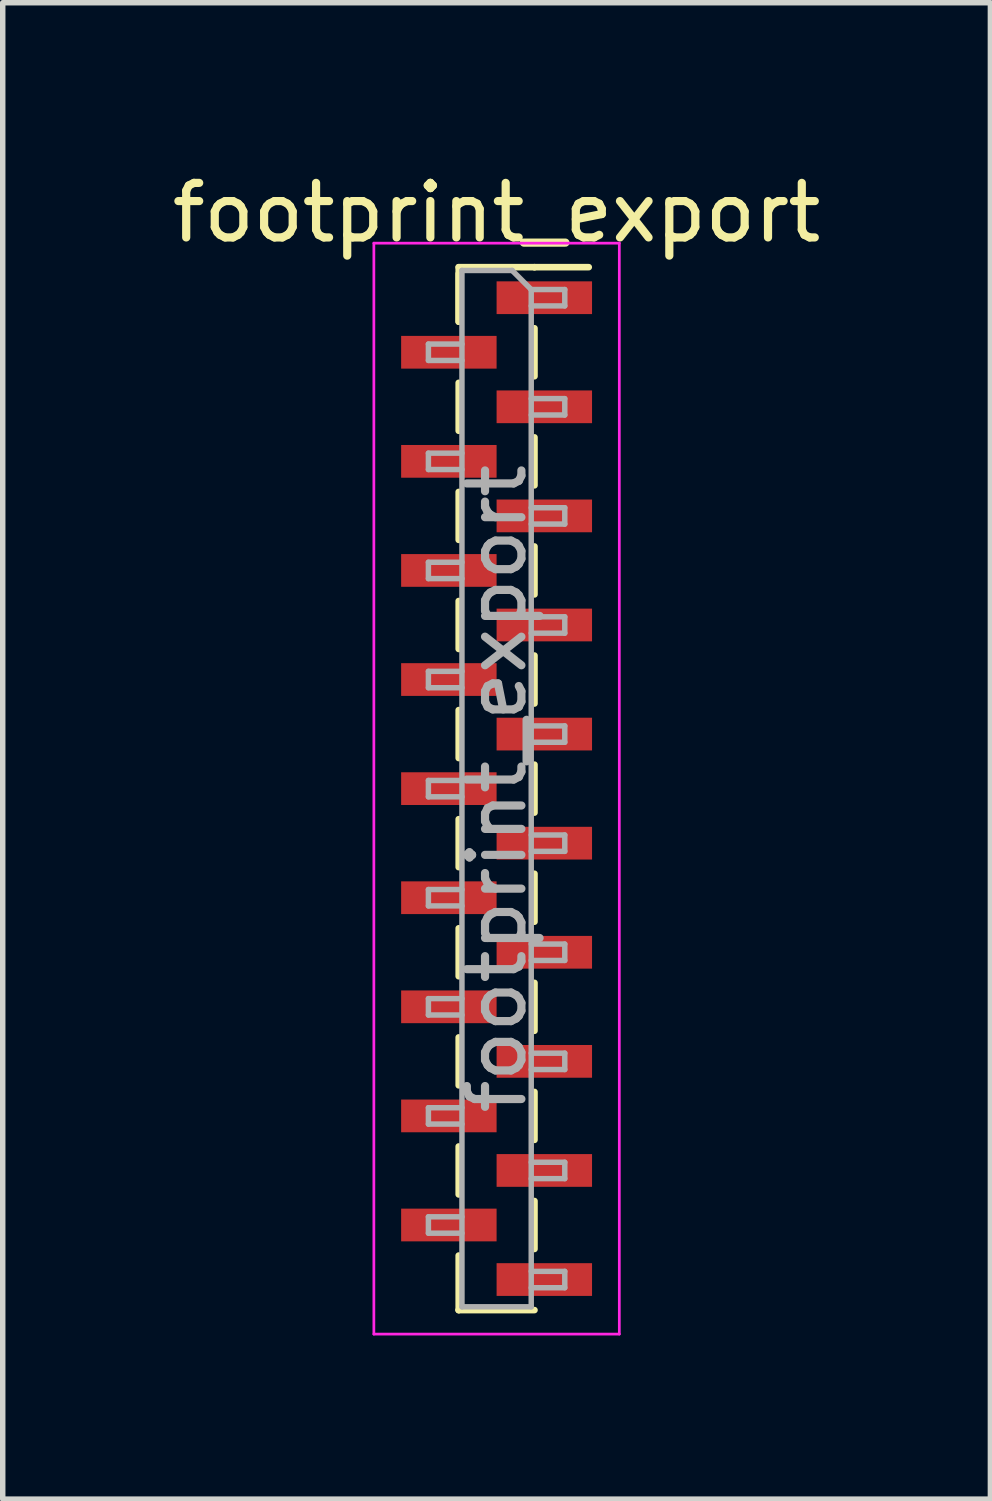
<source format=kicad_pcb>
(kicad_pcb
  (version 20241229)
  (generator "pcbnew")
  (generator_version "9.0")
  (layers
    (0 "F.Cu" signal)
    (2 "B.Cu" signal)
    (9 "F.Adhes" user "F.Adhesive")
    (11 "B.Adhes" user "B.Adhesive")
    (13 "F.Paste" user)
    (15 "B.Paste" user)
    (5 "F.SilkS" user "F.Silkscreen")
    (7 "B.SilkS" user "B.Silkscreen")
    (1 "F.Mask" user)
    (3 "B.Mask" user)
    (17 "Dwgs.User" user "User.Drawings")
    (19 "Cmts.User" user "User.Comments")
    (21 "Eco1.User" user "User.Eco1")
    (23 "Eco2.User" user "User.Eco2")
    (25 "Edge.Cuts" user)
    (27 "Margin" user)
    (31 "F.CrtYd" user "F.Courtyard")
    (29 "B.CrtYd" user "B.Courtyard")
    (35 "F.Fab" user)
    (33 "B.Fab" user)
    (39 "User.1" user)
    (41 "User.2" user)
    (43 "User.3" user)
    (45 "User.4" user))
  (footprint "footprint_export"
    (layer "F.Cu")
    (at 6.054 11.408)
    (property "Reference" "footprint_export" (at 0 -10.56 0) (layer "F.SilkS") (effects (font (size 1 1) (thickness 0.15))))
    (attr smd)
    (fp_line (start -0.695 -9.56) (end -0.695 -8.56) (stroke (width 0.12) (type solid)) (layer "F.SilkS"))
    (fp_line (start -0.695 -9.56) (end 0.695 -9.56) (stroke (width 0.12) (type solid)) (layer "F.SilkS"))
    (fp_line (start -0.695 -9.44) (end -0.695 -8.56) (stroke (width 0.12) (type solid)) (layer "F.SilkS"))
    (fp_line (start -0.695 -7.44) (end -0.695 -6.56) (stroke (width 0.12) (type solid)) (layer "F.SilkS"))
    (fp_line (start -0.695 -5.44) (end -0.695 -4.56) (stroke (width 0.12) (type solid)) (layer "F.SilkS"))
    (fp_line (start -0.695 -3.44) (end -0.695 -2.56) (stroke (width 0.12) (type solid)) (layer "F.SilkS"))
    (fp_line (start -0.695 -1.44) (end -0.695 -0.56) (stroke (width 0.12) (type solid)) (layer "F.SilkS"))
    (fp_line (start -0.695 0.56) (end -0.695 1.44) (stroke (width 0.12) (type solid)) (layer "F.SilkS"))
    (fp_line (start -0.695 2.56) (end -0.695 3.44) (stroke (width 0.12) (type solid)) (layer "F.SilkS"))
    (fp_line (start -0.695 4.56) (end -0.695 5.44) (stroke (width 0.12) (type solid)) (layer "F.SilkS"))
    (fp_line (start -0.695 6.56) (end -0.695 7.44) (stroke (width 0.12) (type solid)) (layer "F.SilkS"))
    (fp_line (start -0.695 8.56) (end -0.695 9.56) (stroke (width 0.12) (type solid)) (layer "F.SilkS"))
    (fp_line (start -0.695 9.56) (end -0.695 9.56) (stroke (width 0.12) (type solid)) (layer "F.SilkS"))
    (fp_line (start -0.695 9.56) (end 0.695 9.56) (stroke (width 0.12) (type solid)) (layer "F.SilkS"))
    (fp_line (start 0.695 -9.56) (end 0.695 -9.56) (stroke (width 0.12) (type solid)) (layer "F.SilkS"))
    (fp_line (start 0.695 -9.56) (end 1.69 -9.56) (stroke (width 0.12) (type solid)) (layer "F.SilkS"))
    (fp_line (start 0.695 -8.44) (end 0.695 -7.56) (stroke (width 0.12) (type solid)) (layer "F.SilkS"))
    (fp_line (start 0.695 -6.44) (end 0.695 -5.56) (stroke (width 0.12) (type solid)) (layer "F.SilkS"))
    (fp_line (start 0.695 -4.44) (end 0.695 -3.56) (stroke (width 0.12) (type solid)) (layer "F.SilkS"))
    (fp_line (start 0.695 -2.44) (end 0.695 -1.56) (stroke (width 0.12) (type solid)) (layer "F.SilkS"))
    (fp_line (start 0.695 -0.44) (end 0.695 0.44) (stroke (width 0.12) (type solid)) (layer "F.SilkS"))
    (fp_line (start 0.695 1.56) (end 0.695 2.44) (stroke (width 0.12) (type solid)) (layer "F.SilkS"))
    (fp_line (start 0.695 3.56) (end 0.695 4.44) (stroke (width 0.12) (type solid)) (layer "F.SilkS"))
    (fp_line (start 0.695 5.56) (end 0.695 6.44) (stroke (width 0.12) (type solid)) (layer "F.SilkS"))
    (fp_line (start 0.695 7.56) (end 0.695 8.44) (stroke (width 0.12) (type solid)) (layer "F.SilkS"))
    (fp_line (start -2.25 -10) (end -2.25 10) (stroke (width 0.05) (type solid)) (layer "F.CrtYd"))
    (fp_line (start -2.25 10) (end 2.25 10) (stroke (width 0.05) (type solid)) (layer "F.CrtYd"))
    (fp_line (start 2.25 -10) (end -2.25 -10) (stroke (width 0.05) (type solid)) (layer "F.CrtYd"))
    (fp_line (start 2.25 10) (end 2.25 -10) (stroke (width 0.05) (type solid)) (layer "F.CrtYd"))
    (fp_line (start -1.25 -8.15) (end -1.25 -7.85) (stroke (width 0.1) (type solid)) (layer "F.Fab"))
    (fp_line (start -1.25 -7.85) (end -0.635 -7.85) (stroke (width 0.1) (type solid)) (layer "F.Fab"))
    (fp_line (start -1.25 -6.15) (end -1.25 -5.85) (stroke (width 0.1) (type solid)) (layer "F.Fab"))
    (fp_line (start -1.25 -5.85) (end -0.635 -5.85) (stroke (width 0.1) (type solid)) (layer "F.Fab"))
    (fp_line (start -1.25 -4.15) (end -1.25 -3.85) (stroke (width 0.1) (type solid)) (layer "F.Fab"))
    (fp_line (start -1.25 -3.85) (end -0.635 -3.85) (stroke (width 0.1) (type solid)) (layer "F.Fab"))
    (fp_line (start -1.25 -2.15) (end -1.25 -1.85) (stroke (width 0.1) (type solid)) (layer "F.Fab"))
    (fp_line (start -1.25 -1.85) (end -0.635 -1.85) (stroke (width 0.1) (type solid)) (layer "F.Fab"))
    (fp_line (start -1.25 -0.15) (end -1.25 0.15) (stroke (width 0.1) (type solid)) (layer "F.Fab"))
    (fp_line (start -1.25 0.15) (end -0.635 0.15) (stroke (width 0.1) (type solid)) (layer "F.Fab"))
    (fp_line (start -1.25 1.85) (end -1.25 2.15) (stroke (width 0.1) (type solid)) (layer "F.Fab"))
    (fp_line (start -1.25 2.15) (end -0.635 2.15) (stroke (width 0.1) (type solid)) (layer "F.Fab"))
    (fp_line (start -1.25 3.85) (end -1.25 4.15) (stroke (width 0.1) (type solid)) (layer "F.Fab"))
    (fp_line (start -1.25 4.15) (end -0.635 4.15) (stroke (width 0.1) (type solid)) (layer "F.Fab"))
    (fp_line (start -1.25 5.85) (end -1.25 6.15) (stroke (width 0.1) (type solid)) (layer "F.Fab"))
    (fp_line (start -1.25 6.15) (end -0.635 6.15) (stroke (width 0.1) (type solid)) (layer "F.Fab"))
    (fp_line (start -1.25 7.85) (end -1.25 8.15) (stroke (width 0.1) (type solid)) (layer "F.Fab"))
    (fp_line (start -1.25 8.15) (end -0.635 8.15) (stroke (width 0.1) (type solid)) (layer "F.Fab"))
    (fp_line (start -0.635 -9.5) (end -0.635 9.5) (stroke (width 0.1) (type solid)) (layer "F.Fab"))
    (fp_line (start -0.635 -9.5) (end 0.285 -9.5) (stroke (width 0.1) (type solid)) (layer "F.Fab"))
    (fp_line (start -0.635 -8.15) (end -1.25 -8.15) (stroke (width 0.1) (type solid)) (layer "F.Fab"))
    (fp_line (start -0.635 -6.15) (end -1.25 -6.15) (stroke (width 0.1) (type solid)) (layer "F.Fab"))
    (fp_line (start -0.635 -4.15) (end -1.25 -4.15) (stroke (width 0.1) (type solid)) (layer "F.Fab"))
    (fp_line (start -0.635 -2.15) (end -1.25 -2.15) (stroke (width 0.1) (type solid)) (layer "F.Fab"))
    (fp_line (start -0.635 -0.15) (end -1.25 -0.15) (stroke (width 0.1) (type solid)) (layer "F.Fab"))
    (fp_line (start -0.635 1.85) (end -1.25 1.85) (stroke (width 0.1) (type solid)) (layer "F.Fab"))
    (fp_line (start -0.635 3.85) (end -1.25 3.85) (stroke (width 0.1) (type solid)) (layer "F.Fab"))
    (fp_line (start -0.635 5.85) (end -1.25 5.85) (stroke (width 0.1) (type solid)) (layer "F.Fab"))
    (fp_line (start -0.635 7.85) (end -1.25 7.85) (stroke (width 0.1) (type solid)) (layer "F.Fab"))
    (fp_line (start 0.635 -9.15) (end 0.285 -9.5) (stroke (width 0.1) (type solid)) (layer "F.Fab"))
    (fp_line (start 0.635 -9.15) (end 1.25 -9.15) (stroke (width 0.1) (type solid)) (layer "F.Fab"))
    (fp_line (start 0.635 -7.15) (end 1.25 -7.15) (stroke (width 0.1) (type solid)) (layer "F.Fab"))
    (fp_line (start 0.635 -5.15) (end 1.25 -5.15) (stroke (width 0.1) (type solid)) (layer "F.Fab"))
    (fp_line (start 0.635 -3.15) (end 1.25 -3.15) (stroke (width 0.1) (type solid)) (layer "F.Fab"))
    (fp_line (start 0.635 -1.15) (end 1.25 -1.15) (stroke (width 0.1) (type solid)) (layer "F.Fab"))
    (fp_line (start 0.635 0.85) (end 1.25 0.85) (stroke (width 0.1) (type solid)) (layer "F.Fab"))
    (fp_line (start 0.635 2.85) (end 1.25 2.85) (stroke (width 0.1) (type solid)) (layer "F.Fab"))
    (fp_line (start 0.635 4.85) (end 1.25 4.85) (stroke (width 0.1) (type solid)) (layer "F.Fab"))
    (fp_line (start 0.635 6.85) (end 1.25 6.85) (stroke (width 0.1) (type solid)) (layer "F.Fab"))
    (fp_line (start 0.635 8.85) (end 1.25 8.85) (stroke (width 0.1) (type solid)) (layer "F.Fab"))
    (fp_line (start 0.635 9.5) (end -0.635 9.5) (stroke (width 0.1) (type solid)) (layer "F.Fab"))
    (fp_line (start 0.635 9.5) (end 0.635 -9.15) (stroke (width 0.1) (type solid)) (layer "F.Fab"))
    (fp_line (start 1.25 -9.15) (end 1.25 -8.85) (stroke (width 0.1) (type solid)) (layer "F.Fab"))
    (fp_line (start 1.25 -8.85) (end 0.635 -8.85) (stroke (width 0.1) (type solid)) (layer "F.Fab"))
    (fp_line (start 1.25 -7.15) (end 1.25 -6.85) (stroke (width 0.1) (type solid)) (layer "F.Fab"))
    (fp_line (start 1.25 -6.85) (end 0.635 -6.85) (stroke (width 0.1) (type solid)) (layer "F.Fab"))
    (fp_line (start 1.25 -5.15) (end 1.25 -4.85) (stroke (width 0.1) (type solid)) (layer "F.Fab"))
    (fp_line (start 1.25 -4.85) (end 0.635 -4.85) (stroke (width 0.1) (type solid)) (layer "F.Fab"))
    (fp_line (start 1.25 -3.15) (end 1.25 -2.85) (stroke (width 0.1) (type solid)) (layer "F.Fab"))
    (fp_line (start 1.25 -2.85) (end 0.635 -2.85) (stroke (width 0.1) (type solid)) (layer "F.Fab"))
    (fp_line (start 1.25 -1.15) (end 1.25 -0.85) (stroke (width 0.1) (type solid)) (layer "F.Fab"))
    (fp_line (start 1.25 -0.85) (end 0.635 -0.85) (stroke (width 0.1) (type solid)) (layer "F.Fab"))
    (fp_line (start 1.25 0.85) (end 1.25 1.15) (stroke (width 0.1) (type solid)) (layer "F.Fab"))
    (fp_line (start 1.25 1.15) (end 0.635 1.15) (stroke (width 0.1) (type solid)) (layer "F.Fab"))
    (fp_line (start 1.25 2.85) (end 1.25 3.15) (stroke (width 0.1) (type solid)) (layer "F.Fab"))
    (fp_line (start 1.25 3.15) (end 0.635 3.15) (stroke (width 0.1) (type solid)) (layer "F.Fab"))
    (fp_line (start 1.25 4.85) (end 1.25 5.15) (stroke (width 0.1) (type solid)) (layer "F.Fab"))
    (fp_line (start 1.25 5.15) (end 0.635 5.15) (stroke (width 0.1) (type solid)) (layer "F.Fab"))
    (fp_line (start 1.25 6.85) (end 1.25 7.15) (stroke (width 0.1) (type solid)) (layer "F.Fab"))
    (fp_line (start 1.25 7.15) (end 0.635 7.15) (stroke (width 0.1) (type solid)) (layer "F.Fab"))
    (fp_line (start 1.25 8.85) (end 1.25 9.15) (stroke (width 0.1) (type solid)) (layer "F.Fab"))
    (fp_line (start 1.25 9.15) (end 0.635 9.15) (stroke (width 0.1) (type solid)) (layer "F.Fab"))
    (fp_text user "${REFERENCE}" (at 0 0 90) (layer "F.Fab") (effects (font (size 1 1) (thickness 0.15))))
    (pad "1" smd rect (at 0.875 -9) (size 1.75 0.6) (layers "F.Cu" "F.Mask" "F.Paste"))
    (pad "2" smd rect (at -0.875 -8) (size 1.75 0.6) (layers "F.Cu" "F.Mask" "F.Paste"))
    (pad "3" smd rect (at 0.875 -7) (size 1.75 0.6) (layers "F.Cu" "F.Mask" "F.Paste"))
    (pad "4" smd rect (at -0.875 -6) (size 1.75 0.6) (layers "F.Cu" "F.Mask" "F.Paste"))
    (pad "5" smd rect (at 0.875 -5) (size 1.75 0.6) (layers "F.Cu" "F.Mask" "F.Paste"))
    (pad "6" smd rect (at -0.875 -4) (size 1.75 0.6) (layers "F.Cu" "F.Mask" "F.Paste"))
    (pad "7" smd rect (at 0.875 -3) (size 1.75 0.6) (layers "F.Cu" "F.Mask" "F.Paste"))
    (pad "8" smd rect (at -0.875 -2) (size 1.75 0.6) (layers "F.Cu" "F.Mask" "F.Paste"))
    (pad "9" smd rect (at 0.875 -1) (size 1.75 0.6) (layers "F.Cu" "F.Mask" "F.Paste"))
    (pad "10" smd rect (at -0.875 0) (size 1.75 0.6) (layers "F.Cu" "F.Mask" "F.Paste"))
    (pad "11" smd rect (at 0.875 1) (size 1.75 0.6) (layers "F.Cu" "F.Mask" "F.Paste"))
    (pad "12" smd rect (at -0.875 2) (size 1.75 0.6) (layers "F.Cu" "F.Mask" "F.Paste"))
    (pad "13" smd rect (at 0.875 3) (size 1.75 0.6) (layers "F.Cu" "F.Mask" "F.Paste"))
    (pad "14" smd rect (at -0.875 4) (size 1.75 0.6) (layers "F.Cu" "F.Mask" "F.Paste"))
    (pad "15" smd rect (at 0.875 5) (size 1.75 0.6) (layers "F.Cu" "F.Mask" "F.Paste"))
    (pad "16" smd rect (at -0.875 6) (size 1.75 0.6) (layers "F.Cu" "F.Mask" "F.Paste"))
    (pad "17" smd rect (at 0.875 7) (size 1.75 0.6) (layers "F.Cu" "F.Mask" "F.Paste"))
    (pad "18" smd rect (at -0.875 8) (size 1.75 0.6) (layers "F.Cu" "F.Mask" "F.Paste"))
    (pad "19" smd rect (at 0.875 9) (size 1.75 0.6) (layers "F.Cu" "F.Mask" "F.Paste")))
  (gr_rect
    (start -3 -3)
    (end 15.107 24.433)
    (stroke (width 0.1) (type default))
    (fill no)
    (layer "Edge.Cuts")))
</source>
